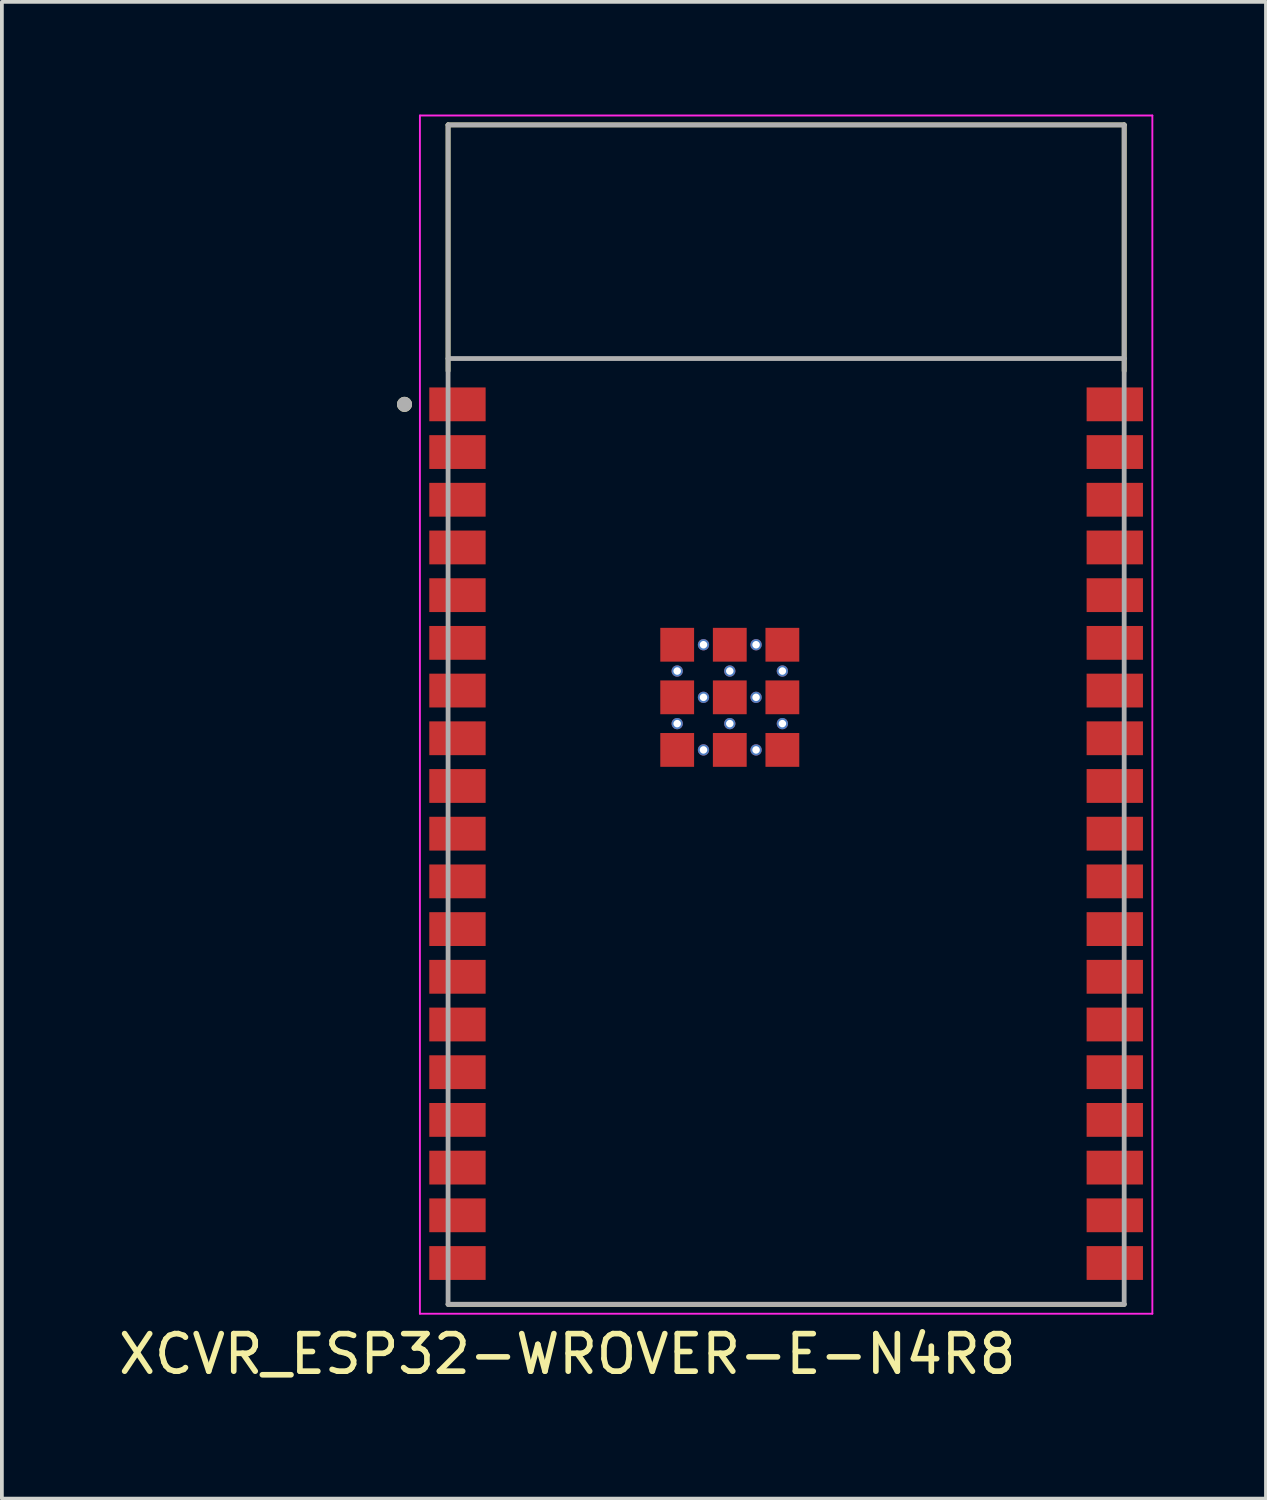
<source format=kicad_pcb>
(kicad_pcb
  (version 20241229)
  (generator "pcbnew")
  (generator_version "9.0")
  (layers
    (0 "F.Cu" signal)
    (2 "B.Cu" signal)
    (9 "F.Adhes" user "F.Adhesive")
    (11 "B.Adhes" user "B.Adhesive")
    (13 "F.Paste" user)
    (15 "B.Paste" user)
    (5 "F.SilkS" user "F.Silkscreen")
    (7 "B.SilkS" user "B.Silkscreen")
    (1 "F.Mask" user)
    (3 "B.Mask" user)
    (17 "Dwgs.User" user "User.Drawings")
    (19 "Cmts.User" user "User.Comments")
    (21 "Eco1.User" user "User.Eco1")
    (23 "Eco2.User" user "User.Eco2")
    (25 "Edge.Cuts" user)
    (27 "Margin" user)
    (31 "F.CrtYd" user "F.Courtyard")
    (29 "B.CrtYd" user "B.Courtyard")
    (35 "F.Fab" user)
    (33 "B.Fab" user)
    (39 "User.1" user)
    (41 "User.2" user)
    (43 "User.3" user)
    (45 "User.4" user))
  (footprint "XCVR_ESP32-WROVER-E-N4R8"
    (layer "F.Cu")
    (at 17.879 15.975)
    (property "Reference" "XCVR_ESP32-WROVER-E-N4R8" (at -5.825 17.025 0) (layer "F.SilkS") (effects (font (size 1 1) (thickness 0.15))))
    (attr through_hole)
    (fp_line (start -9 -15.7) (end -9 -9.15) (stroke (width 0.127) (type solid)) (layer "F.SilkS"))
    (fp_line (start -9 15.7) (end 9 15.7) (stroke (width 0.127) (type solid)) (layer "F.SilkS"))
    (fp_line (start 9 -15.7) (end -9 -15.7) (stroke (width 0.127) (type solid)) (layer "F.SilkS"))
    (fp_line (start 9 -9.15) (end 9 -15.7) (stroke (width 0.127) (type solid)) (layer "F.SilkS"))
    (fp_circle (center -10.16 -8.26) (end -10.06 -8.26) (stroke (width 0.2) (type solid)) (fill no) (layer "F.SilkS"))
    (fp_line (start -9.75 -15.95) (end -9.75 15.95) (stroke (width 0.05) (type solid)) (layer "F.CrtYd"))
    (fp_line (start -9.75 15.95) (end 9.75 15.95) (stroke (width 0.05) (type solid)) (layer "F.CrtYd"))
    (fp_line (start 9.75 -15.95) (end -9.75 -15.95) (stroke (width 0.05) (type solid)) (layer "F.CrtYd"))
    (fp_line (start 9.75 15.95) (end 9.75 -15.95) (stroke (width 0.05) (type solid)) (layer "F.CrtYd"))
    (fp_line (start -9 -15.7) (end -9 -9.48) (stroke (width 0.127) (type solid)) (layer "F.Fab"))
    (fp_line (start -9 -9.48) (end -9 15.7) (stroke (width 0.127) (type solid)) (layer "F.Fab"))
    (fp_line (start -9 15.7) (end 9 15.7) (stroke (width 0.127) (type solid)) (layer "F.Fab"))
    (fp_line (start 9 -15.7) (end -9 -15.7) (stroke (width 0.127) (type solid)) (layer "F.Fab"))
    (fp_line (start 9 -9.48) (end -9 -9.48) (stroke (width 0.127) (type solid)) (layer "F.Fab"))
    (fp_line (start 9 -9.48) (end 9 -15.7) (stroke (width 0.127) (type solid)) (layer "F.Fab"))
    (fp_line (start 9 15.7) (end 9 -9.48) (stroke (width 0.127) (type solid)) (layer "F.Fab"))
    (fp_circle (center -10.16 -8.26) (end -10.06 -8.26) (stroke (width 0.2) (type solid)) (fill no) (layer "F.Fab"))
    (pad "1" smd rect (at -8.75 -8.26) (size 1.5 0.9) (layers "F.Cu" "F.Mask" "F.Paste"))
    (pad "2" smd rect (at -8.75 -6.99) (size 1.5 0.9) (layers "F.Cu" "F.Mask" "F.Paste"))
    (pad "3" smd rect (at -8.75 -5.72) (size 1.5 0.9) (layers "F.Cu" "F.Mask" "F.Paste"))
    (pad "4" smd rect (at -8.75 -4.45) (size 1.5 0.9) (layers "F.Cu" "F.Mask" "F.Paste"))
    (pad "5" smd rect (at -8.75 -3.18) (size 1.5 0.9) (layers "F.Cu" "F.Mask" "F.Paste"))
    (pad "6" smd rect (at -8.75 -1.91) (size 1.5 0.9) (layers "F.Cu" "F.Mask" "F.Paste"))
    (pad "7" smd rect (at -8.75 -0.64) (size 1.5 0.9) (layers "F.Cu" "F.Mask" "F.Paste"))
    (pad "8" smd rect (at -8.75 0.63) (size 1.5 0.9) (layers "F.Cu" "F.Mask" "F.Paste"))
    (pad "9" smd rect (at -8.75 1.9) (size 1.5 0.9) (layers "F.Cu" "F.Mask" "F.Paste"))
    (pad "10" smd rect (at -8.75 3.17) (size 1.5 0.9) (layers "F.Cu" "F.Mask" "F.Paste"))
    (pad "11" smd rect (at -8.75 4.44) (size 1.5 0.9) (layers "F.Cu" "F.Mask" "F.Paste"))
    (pad "12" smd rect (at -8.75 5.71) (size 1.5 0.9) (layers "F.Cu" "F.Mask" "F.Paste"))
    (pad "13" smd rect (at -8.75 6.98) (size 1.5 0.9) (layers "F.Cu" "F.Mask" "F.Paste"))
    (pad "14" smd rect (at -8.75 8.25) (size 1.5 0.9) (layers "F.Cu" "F.Mask" "F.Paste"))
    (pad "15" smd rect (at -8.75 9.52) (size 1.5 0.9) (layers "F.Cu" "F.Mask" "F.Paste"))
    (pad "16" smd rect (at -8.75 10.79) (size 1.5 0.9) (layers "F.Cu" "F.Mask" "F.Paste"))
    (pad "17" smd rect (at -8.75 12.06) (size 1.5 0.9) (layers "F.Cu" "F.Mask" "F.Paste"))
    (pad "18" smd rect (at -8.75 13.33) (size 1.5 0.9) (layers "F.Cu" "F.Mask" "F.Paste"))
    (pad "19" smd rect (at -8.75 14.6) (size 1.5 0.9) (layers "F.Cu" "F.Mask" "F.Paste"))
    (pad "20" smd rect (at 8.75 14.6) (size 1.5 0.9) (layers "F.Cu" "F.Mask" "F.Paste"))
    (pad "21" smd rect (at 8.75 13.33) (size 1.5 0.9) (layers "F.Cu" "F.Mask" "F.Paste"))
    (pad "22" smd rect (at 8.75 12.06) (size 1.5 0.9) (layers "F.Cu" "F.Mask" "F.Paste"))
    (pad "23" smd rect (at 8.75 10.79) (size 1.5 0.9) (layers "F.Cu" "F.Mask" "F.Paste"))
    (pad "24" smd rect (at 8.75 9.52) (size 1.5 0.9) (layers "F.Cu" "F.Mask" "F.Paste"))
    (pad "25" smd rect (at 8.75 8.25) (size 1.5 0.9) (layers "F.Cu" "F.Mask" "F.Paste"))
    (pad "26" smd rect (at 8.75 6.98) (size 1.5 0.9) (layers "F.Cu" "F.Mask" "F.Paste"))
    (pad "27" smd rect (at 8.75 5.71) (size 1.5 0.9) (layers "F.Cu" "F.Mask" "F.Paste"))
    (pad "28" smd rect (at 8.75 4.44) (size 1.5 0.9) (layers "F.Cu" "F.Mask" "F.Paste"))
    (pad "29" smd rect (at 8.75 3.17) (size 1.5 0.9) (layers "F.Cu" "F.Mask" "F.Paste"))
    (pad "30" smd rect (at 8.75 1.9) (size 1.5 0.9) (layers "F.Cu" "F.Mask" "F.Paste"))
    (pad "31" smd rect (at 8.75 0.63) (size 1.5 0.9) (layers "F.Cu" "F.Mask" "F.Paste"))
    (pad "32" smd rect (at 8.75 -0.64) (size 1.5 0.9) (layers "F.Cu" "F.Mask" "F.Paste"))
    (pad "33" smd rect (at 8.75 -1.91) (size 1.5 0.9) (layers "F.Cu" "F.Mask" "F.Paste"))
    (pad "34" smd rect (at 8.75 -3.18) (size 1.5 0.9) (layers "F.Cu" "F.Mask" "F.Paste"))
    (pad "35" smd rect (at 8.75 -4.45) (size 1.5 0.9) (layers "F.Cu" "F.Mask" "F.Paste"))
    (pad "36" smd rect (at 8.75 -5.72) (size 1.5 0.9) (layers "F.Cu" "F.Mask" "F.Paste"))
    (pad "37" smd rect (at 8.75 -6.99) (size 1.5 0.9) (layers "F.Cu" "F.Mask" "F.Paste"))
    (pad "38" smd rect (at 8.75 -8.26) (size 1.5 0.9) (layers "F.Cu" "F.Mask" "F.Paste"))
    (pad "39_1" smd rect (at -2.9 -1.86) (size 0.9 0.9) (layers "F.Cu" "F.Mask" "F.Paste"))
    (pad "39_2" smd rect (at -1.5 -1.86) (size 0.9 0.9) (layers "F.Cu" "F.Mask" "F.Paste"))
    (pad "39_3" smd rect (at -0.1 -1.86) (size 0.9 0.9) (layers "F.Cu" "F.Mask" "F.Paste"))
    (pad "39_4" smd rect (at -2.9 -0.46) (size 0.9 0.9) (layers "F.Cu" "F.Mask" "F.Paste"))
    (pad "39_5" smd rect (at -1.5 -0.46) (size 0.9 0.9) (layers "F.Cu" "F.Mask" "F.Paste"))
    (pad "39_6" smd rect (at -0.1 -0.46) (size 0.9 0.9) (layers "F.Cu" "F.Mask" "F.Paste"))
    (pad "39_7" smd rect (at -2.9 0.94) (size 0.9 0.9) (layers "F.Cu" "F.Mask" "F.Paste"))
    (pad "39_8" smd rect (at -1.5 0.94) (size 0.9 0.9) (layers "F.Cu" "F.Mask" "F.Paste"))
    (pad "39_9" smd rect (at -0.1 0.94) (size 0.9 0.9) (layers "F.Cu" "F.Mask" "F.Paste"))
    (pad "40" thru_hole circle (at -2.2 -1.86) (size 0.3 0.3) (drill 0.2) (layers "*.Cu"))
    (pad "41" thru_hole circle (at -0.8 -1.86) (size 0.3 0.3) (drill 0.2) (layers "*.Cu"))
    (pad "42" thru_hole circle (at -2.9 -1.16) (size 0.3 0.3) (drill 0.2) (layers "*.Cu"))
    (pad "43" thru_hole circle (at -1.5 -1.16) (size 0.3 0.3) (drill 0.2) (layers "*.Cu"))
    (pad "44" thru_hole circle (at -0.1 -1.16) (size 0.3 0.3) (drill 0.2) (layers "*.Cu"))
    (pad "45" thru_hole circle (at -2.2 -0.46) (size 0.3 0.3) (drill 0.2) (layers "*.Cu"))
    (pad "46" thru_hole circle (at -0.8 -0.46) (size 0.3 0.3) (drill 0.2) (layers "*.Cu"))
    (pad "47" thru_hole circle (at -2.9 0.24) (size 0.3 0.3) (drill 0.2) (layers "*.Cu"))
    (pad "48" thru_hole circle (at -1.5 0.24) (size 0.3 0.3) (drill 0.2) (layers "*.Cu"))
    (pad "49" thru_hole circle (at -0.1 0.24) (size 0.3 0.3) (drill 0.2) (layers "*.Cu"))
    (pad "50" thru_hole circle (at -2.2 0.94) (size 0.3 0.3) (drill 0.2) (layers "*.Cu"))
    (pad "51" thru_hole circle (at -0.8 0.94) (size 0.3 0.3) (drill 0.2) (layers "*.Cu"))
    (zone (net_name "") (layer "F.Cu") (hatch full 0.508) (connect_pads) (min_thickness 0.01) (filled_areas_thickness no) (keepout (tracks not_allowed) (vias not_allowed) (pads not_allowed) (copperpour not_allowed) (footprints allowed)) (placement (enabled no)) (fill) (polygon (pts (xy 8.879 0.275) (xy 26.879 0.275) (xy 26.879 6.495) (xy 8.879 6.495))))
    (zone (net_name "") (layers "F.Cu" "B.Cu") (hatch full 0.508) (connect_pads) (min_thickness 0.01) (filled_areas_thickness no) (keepout (tracks allowed) (vias not_allowed) (pads allowed) (copperpour allowed) (footprints allowed)) (placement (enabled no)) (fill) (polygon (pts (xy 8.879 0.275) (xy 26.879 0.275) (xy 26.879 6.495) (xy 8.879 6.495)))))
  (gr_rect
    (start -3 -3)
    (end 30.654 36.848)
    (stroke (width 0.1) (type default))
    (fill no)
    (layer "Edge.Cuts")))
</source>
